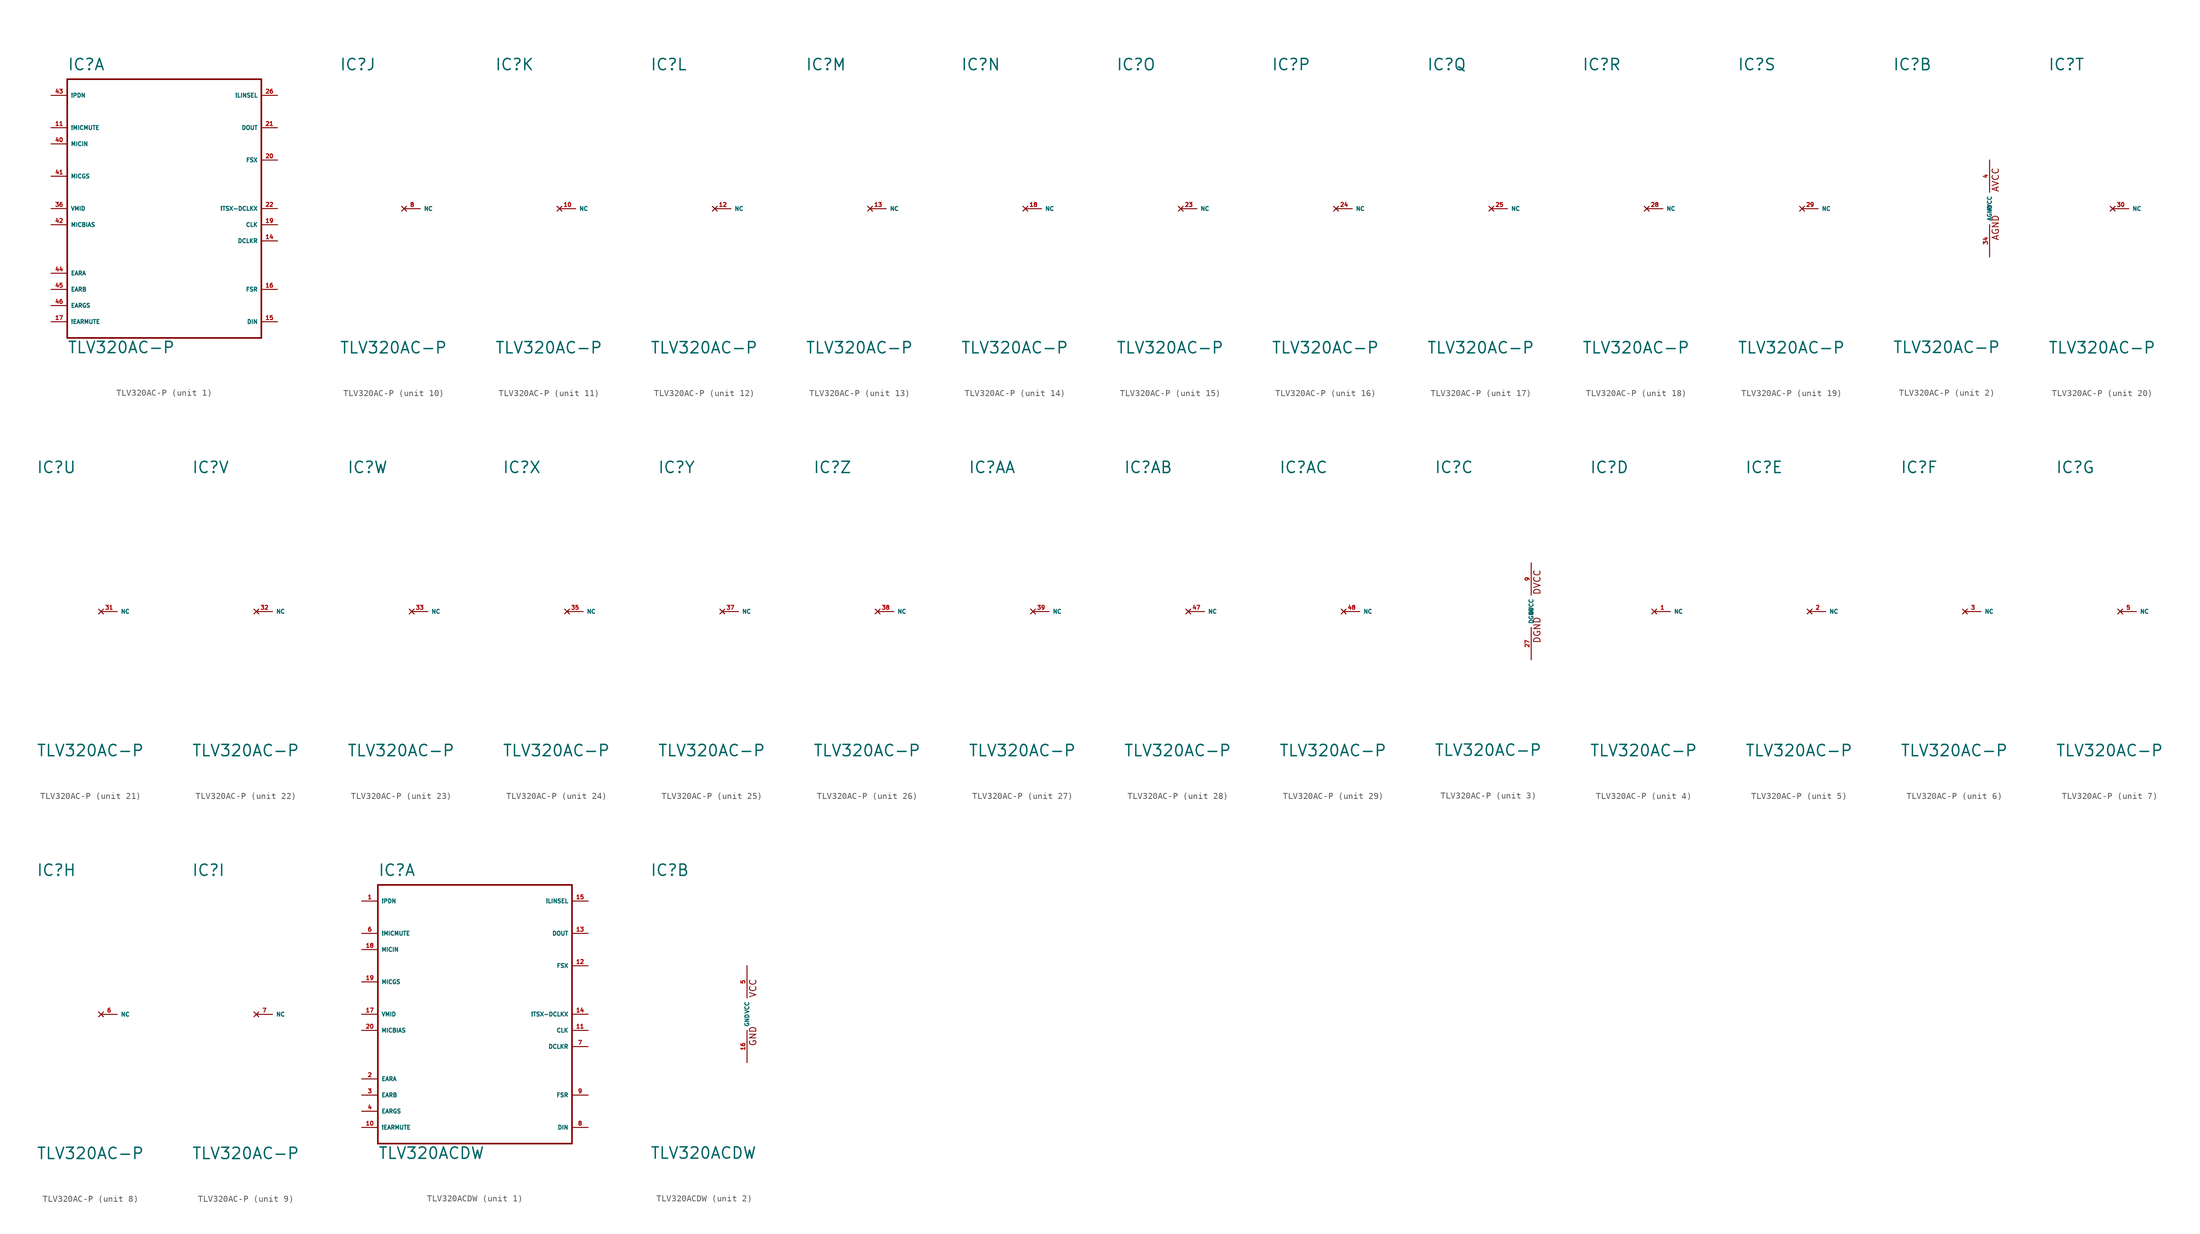
<source format=kicad_sym>
(kicad_symbol_lib
  (version 20220914)
  (generator Eagle2Kicad)
  (symbol "TLV320AC-P"
    (property "Reference" "IC"
      (at -15.24 21.59 0)
      (effects (font (size 1.778 1.778) (thickness 0.22)) (justify left bottom)))
    (property "Value" "TLV320AC-P"
      (at -15.24 -22.86 0)
      (effects (font (size 1.778 1.778) (thickness 0.22)) (justify left bottom)))
    (symbol "TLV320AC-P_1_0"
      (polyline (pts (xy -15.24 20.32) (xy 15.24 20.32)) (stroke (width 0.254) (type default)) (fill (type none)))
      (polyline (pts (xy 15.24 20.32) (xy 15.24 -20.32)) (stroke (width 0.254) (type default)) (fill (type none)))
      (polyline (pts (xy 15.24 -20.32) (xy -15.24 -20.32)) (stroke (width 0.254) (type default)) (fill (type none)))
      (polyline (pts (xy -15.24 -20.32) (xy -15.24 20.32)) (stroke (width 0.254) (type default)) (fill (type none)))
      (pin input line (at -17.78 17.78 0) (length 2.54) (name "!PDN" (effects (font (size 0.635 0.635) (thickness 0.08)) (justify left bottom))) (number "43" (effects (font (size 0.635 0.635) (thickness 0.08)) (justify left bottom))))
      (pin output line (at -17.78 -10.16 0) (length 2.54) (name "EARA" (effects (font (size 0.635 0.635) (thickness 0.08)) (justify left bottom))) (number "44" (effects (font (size 0.635 0.635) (thickness 0.08)) (justify left bottom))))
      (pin output line (at -17.78 -12.7 0) (length 2.54) (name "EARB" (effects (font (size 0.635 0.635) (thickness 0.08)) (justify left bottom))) (number "45" (effects (font (size 0.635 0.635) (thickness 0.08)) (justify left bottom))))
      (pin input line (at -17.78 -15.24 0) (length 2.54) (name "EARGS" (effects (font (size 0.635 0.635) (thickness 0.08)) (justify left bottom))) (number "46" (effects (font (size 0.635 0.635) (thickness 0.08)) (justify left bottom))))
      (pin input line (at -17.78 12.7 0) (length 2.54) (name "!MICMUTE" (effects (font (size 0.635 0.635) (thickness 0.08)) (justify left bottom))) (number "11" (effects (font (size 0.635 0.635) (thickness 0.08)) (justify left bottom))))
      (pin input line (at 17.78 -5.08 180) (length 2.54) (name "DCLKR" (effects (font (size 0.635 0.635) (thickness 0.08)) (justify left bottom))) (number "14" (effects (font (size 0.635 0.635) (thickness 0.08)) (justify left bottom))))
      (pin input line (at 17.78 -17.78 180) (length 2.54) (name "DIN" (effects (font (size 0.635 0.635) (thickness 0.08)) (justify left bottom))) (number "15" (effects (font (size 0.635 0.635) (thickness 0.08)) (justify left bottom))))
      (pin input line (at 17.78 -12.7 180) (length 2.54) (name "FSR" (effects (font (size 0.635 0.635) (thickness 0.08)) (justify left bottom))) (number "16" (effects (font (size 0.635 0.635) (thickness 0.08)) (justify left bottom))))
      (pin input line (at -17.78 -17.78 0) (length 2.54) (name "!EARMUTE" (effects (font (size 0.635 0.635) (thickness 0.08)) (justify left bottom))) (number "17" (effects (font (size 0.635 0.635) (thickness 0.08)) (justify left bottom))))
      (pin input line (at 17.78 -2.54 180) (length 2.54) (name "CLK" (effects (font (size 0.635 0.635) (thickness 0.08)) (justify left bottom))) (number "19" (effects (font (size 0.635 0.635) (thickness 0.08)) (justify left bottom))))
      (pin input line (at 17.78 7.62 180) (length 2.54) (name "FSX" (effects (font (size 0.635 0.635) (thickness 0.08)) (justify left bottom))) (number "20" (effects (font (size 0.635 0.635) (thickness 0.08)) (justify left bottom))))
      (pin output line (at 17.78 12.7 180) (length 2.54) (name "DOUT" (effects (font (size 0.635 0.635) (thickness 0.08)) (justify left bottom))) (number "21" (effects (font (size 0.635 0.635) (thickness 0.08)) (justify left bottom))))
      (pin bidirectional line (at 17.78 0 180) (length 2.54) (name "!TSX-DCLKX" (effects (font (size 0.635 0.635) (thickness 0.08)) (justify left bottom))) (number "22" (effects (font (size 0.635 0.635) (thickness 0.08)) (justify left bottom))))
      (pin input line (at 17.78 17.78 180) (length 2.54) (name "!LINSEL" (effects (font (size 0.635 0.635) (thickness 0.08)) (justify left bottom))) (number "26" (effects (font (size 0.635 0.635) (thickness 0.08)) (justify left bottom))))
      (pin output line (at -17.78 0 0) (length 2.54) (name "VMID" (effects (font (size 0.635 0.635) (thickness 0.08)) (justify left bottom))) (number "36" (effects (font (size 0.635 0.635) (thickness 0.08)) (justify left bottom))))
      (pin input line (at -17.78 10.16 0) (length 2.54) (name "MICIN" (effects (font (size 0.635 0.635) (thickness 0.08)) (justify left bottom))) (number "40" (effects (font (size 0.635 0.635) (thickness 0.08)) (justify left bottom))))
      (pin output line (at -17.78 5.08 0) (length 2.54) (name "MICGS" (effects (font (size 0.635 0.635) (thickness 0.08)) (justify left bottom))) (number "41" (effects (font (size 0.635 0.635) (thickness 0.08)) (justify left bottom))))
      (pin output line (at -17.78 -2.54 0) (length 2.54) (name "MICBIAS" (effects (font (size 0.635 0.635) (thickness 0.08)) (justify left bottom))) (number "42" (effects (font (size 0.635 0.635) (thickness 0.08)) (justify left bottom)))))
    (symbol "TLV320AC-P_2_0"
      (text "AVCC" (at 1.524 2.54 900) (effects (font (size 1.016 1.016) (thickness 0.13)) (justify left bottom)))
      (text "AGND" (at 1.524 -5.08 900) (effects (font (size 1.016 1.016) (thickness 0.13)) (justify left bottom)))
      (pin unspecified line (at 0 7.62 270) (length 5.08) (name "AVCC" (effects (font (size 0.635 0.635) (thickness 0.08)) (justify left bottom))) (number "4" (effects (font (size 0.635 0.635) (thickness 0.08)) (justify left bottom))))
      (pin unspecified line (at 0 -7.62 90) (length 5.08) (name "AGND" (effects (font (size 0.635 0.635) (thickness 0.08)) (justify left bottom))) (number "34" (effects (font (size 0.635 0.635) (thickness 0.08)) (justify left bottom)))))
    (symbol "TLV320AC-P_3_0"
      (text "DVCC" (at 1.524 2.54 900) (effects (font (size 1.016 1.016) (thickness 0.13)) (justify left bottom)))
      (text "DGND" (at 1.524 -5.08 900) (effects (font (size 1.016 1.016) (thickness 0.13)) (justify left bottom)))
      (pin unspecified line (at 0 7.62 270) (length 5.08) (name "DVCC" (effects (font (size 0.635 0.635) (thickness 0.08)) (justify left bottom))) (number "9" (effects (font (size 0.635 0.635) (thickness 0.08)) (justify left bottom))))
      (pin unspecified line (at 0 -7.62 90) (length 5.08) (name "DGND" (effects (font (size 0.635 0.635) (thickness 0.08)) (justify left bottom))) (number "27" (effects (font (size 0.635 0.635) (thickness 0.08)) (justify left bottom)))))
    (symbol "TLV320AC-P_4_0"
      (pin no_connect line (at -5.08 0 0) (length 2.54) (name "NC" (effects (font (size 0.635 0.635) (thickness 0.08)) (justify left bottom) hide)) (number "1" (effects (font (size 0.635 0.635) (thickness 0.08)) (justify left bottom) hide))))
    (symbol "TLV320AC-P_5_0"
      (pin no_connect line (at -5.08 0 0) (length 2.54) (name "NC" (effects (font (size 0.635 0.635) (thickness 0.08)) (justify left bottom) hide)) (number "2" (effects (font (size 0.635 0.635) (thickness 0.08)) (justify left bottom) hide))))
    (symbol "TLV320AC-P_6_0"
      (pin no_connect line (at -5.08 0 0) (length 2.54) (name "NC" (effects (font (size 0.635 0.635) (thickness 0.08)) (justify left bottom) hide)) (number "3" (effects (font (size 0.635 0.635) (thickness 0.08)) (justify left bottom) hide))))
    (symbol "TLV320AC-P_7_0"
      (pin no_connect line (at -5.08 0 0) (length 2.54) (name "NC" (effects (font (size 0.635 0.635) (thickness 0.08)) (justify left bottom) hide)) (number "5" (effects (font (size 0.635 0.635) (thickness 0.08)) (justify left bottom) hide))))
    (symbol "TLV320AC-P_8_0"
      (pin no_connect line (at -5.08 0 0) (length 2.54) (name "NC" (effects (font (size 0.635 0.635) (thickness 0.08)) (justify left bottom) hide)) (number "6" (effects (font (size 0.635 0.635) (thickness 0.08)) (justify left bottom) hide))))
    (symbol "TLV320AC-P_9_0"
      (pin no_connect line (at -5.08 0 0) (length 2.54) (name "NC" (effects (font (size 0.635 0.635) (thickness 0.08)) (justify left bottom) hide)) (number "7" (effects (font (size 0.635 0.635) (thickness 0.08)) (justify left bottom) hide))))
    (symbol "TLV320AC-P_10_0"
      (pin no_connect line (at -5.08 0 0) (length 2.54) (name "NC" (effects (font (size 0.635 0.635) (thickness 0.08)) (justify left bottom) hide)) (number "8" (effects (font (size 0.635 0.635) (thickness 0.08)) (justify left bottom) hide))))
    (symbol "TLV320AC-P_11_0"
      (pin no_connect line (at -5.08 0 0) (length 2.54) (name "NC" (effects (font (size 0.635 0.635) (thickness 0.08)) (justify left bottom) hide)) (number "10" (effects (font (size 0.635 0.635) (thickness 0.08)) (justify left bottom) hide))))
    (symbol "TLV320AC-P_12_0"
      (pin no_connect line (at -5.08 0 0) (length 2.54) (name "NC" (effects (font (size 0.635 0.635) (thickness 0.08)) (justify left bottom) hide)) (number "12" (effects (font (size 0.635 0.635) (thickness 0.08)) (justify left bottom) hide))))
    (symbol "TLV320AC-P_13_0"
      (pin no_connect line (at -5.08 0 0) (length 2.54) (name "NC" (effects (font (size 0.635 0.635) (thickness 0.08)) (justify left bottom) hide)) (number "13" (effects (font (size 0.635 0.635) (thickness 0.08)) (justify left bottom) hide))))
    (symbol "TLV320AC-P_14_0"
      (pin no_connect line (at -5.08 0 0) (length 2.54) (name "NC" (effects (font (size 0.635 0.635) (thickness 0.08)) (justify left bottom) hide)) (number "18" (effects (font (size 0.635 0.635) (thickness 0.08)) (justify left bottom) hide))))
    (symbol "TLV320AC-P_15_0"
      (pin no_connect line (at -5.08 0 0) (length 2.54) (name "NC" (effects (font (size 0.635 0.635) (thickness 0.08)) (justify left bottom) hide)) (number "23" (effects (font (size 0.635 0.635) (thickness 0.08)) (justify left bottom) hide))))
    (symbol "TLV320AC-P_16_0"
      (pin no_connect line (at -5.08 0 0) (length 2.54) (name "NC" (effects (font (size 0.635 0.635) (thickness 0.08)) (justify left bottom) hide)) (number "24" (effects (font (size 0.635 0.635) (thickness 0.08)) (justify left bottom) hide))))
    (symbol "TLV320AC-P_17_0"
      (pin no_connect line (at -5.08 0 0) (length 2.54) (name "NC" (effects (font (size 0.635 0.635) (thickness 0.08)) (justify left bottom) hide)) (number "25" (effects (font (size 0.635 0.635) (thickness 0.08)) (justify left bottom) hide))))
    (symbol "TLV320AC-P_18_0"
      (pin no_connect line (at -5.08 0 0) (length 2.54) (name "NC" (effects (font (size 0.635 0.635) (thickness 0.08)) (justify left bottom) hide)) (number "28" (effects (font (size 0.635 0.635) (thickness 0.08)) (justify left bottom) hide))))
    (symbol "TLV320AC-P_19_0"
      (pin no_connect line (at -5.08 0 0) (length 2.54) (name "NC" (effects (font (size 0.635 0.635) (thickness 0.08)) (justify left bottom) hide)) (number "29" (effects (font (size 0.635 0.635) (thickness 0.08)) (justify left bottom) hide))))
    (symbol "TLV320AC-P_20_0"
      (pin no_connect line (at -5.08 0 0) (length 2.54) (name "NC" (effects (font (size 0.635 0.635) (thickness 0.08)) (justify left bottom) hide)) (number "30" (effects (font (size 0.635 0.635) (thickness 0.08)) (justify left bottom) hide))))
    (symbol "TLV320AC-P_21_0"
      (pin no_connect line (at -5.08 0 0) (length 2.54) (name "NC" (effects (font (size 0.635 0.635) (thickness 0.08)) (justify left bottom) hide)) (number "31" (effects (font (size 0.635 0.635) (thickness 0.08)) (justify left bottom) hide))))
    (symbol "TLV320AC-P_22_0"
      (pin no_connect line (at -5.08 0 0) (length 2.54) (name "NC" (effects (font (size 0.635 0.635) (thickness 0.08)) (justify left bottom) hide)) (number "32" (effects (font (size 0.635 0.635) (thickness 0.08)) (justify left bottom) hide))))
    (symbol "TLV320AC-P_23_0"
      (pin no_connect line (at -5.08 0 0) (length 2.54) (name "NC" (effects (font (size 0.635 0.635) (thickness 0.08)) (justify left bottom) hide)) (number "33" (effects (font (size 0.635 0.635) (thickness 0.08)) (justify left bottom) hide))))
    (symbol "TLV320AC-P_24_0"
      (pin no_connect line (at -5.08 0 0) (length 2.54) (name "NC" (effects (font (size 0.635 0.635) (thickness 0.08)) (justify left bottom) hide)) (number "35" (effects (font (size 0.635 0.635) (thickness 0.08)) (justify left bottom) hide))))
    (symbol "TLV320AC-P_25_0"
      (pin no_connect line (at -5.08 0 0) (length 2.54) (name "NC" (effects (font (size 0.635 0.635) (thickness 0.08)) (justify left bottom) hide)) (number "37" (effects (font (size 0.635 0.635) (thickness 0.08)) (justify left bottom) hide))))
    (symbol "TLV320AC-P_26_0"
      (pin no_connect line (at -5.08 0 0) (length 2.54) (name "NC" (effects (font (size 0.635 0.635) (thickness 0.08)) (justify left bottom) hide)) (number "38" (effects (font (size 0.635 0.635) (thickness 0.08)) (justify left bottom) hide))))
    (symbol "TLV320AC-P_27_0"
      (pin no_connect line (at -5.08 0 0) (length 2.54) (name "NC" (effects (font (size 0.635 0.635) (thickness 0.08)) (justify left bottom) hide)) (number "39" (effects (font (size 0.635 0.635) (thickness 0.08)) (justify left bottom) hide))))
    (symbol "TLV320AC-P_28_0"
      (pin no_connect line (at -5.08 0 0) (length 2.54) (name "NC" (effects (font (size 0.635 0.635) (thickness 0.08)) (justify left bottom) hide)) (number "47" (effects (font (size 0.635 0.635) (thickness 0.08)) (justify left bottom) hide))))
    (symbol "TLV320AC-P_29_0"
      (pin no_connect line (at -5.08 0 0) (length 2.54) (name "NC" (effects (font (size 0.635 0.635) (thickness 0.08)) (justify left bottom) hide)) (number "48" (effects (font (size 0.635 0.635) (thickness 0.08)) (justify left bottom) hide)))))
  (symbol "TLV320ACDW"
    (property "Reference" "IC"
      (at -15.24 21.59 0)
      (effects (font (size 1.778 1.778) (thickness 0.22)) (justify left bottom)))
    (property "Value" "TLV320ACDW"
      (at -15.24 -22.86 0)
      (effects (font (size 1.778 1.778) (thickness 0.22)) (justify left bottom)))
    (symbol "TLV320ACDW_1_0"
      (polyline (pts (xy -15.24 20.32) (xy 15.24 20.32)) (stroke (width 0.254) (type default)) (fill (type none)))
      (polyline (pts (xy 15.24 20.32) (xy 15.24 -20.32)) (stroke (width 0.254) (type default)) (fill (type none)))
      (polyline (pts (xy 15.24 -20.32) (xy -15.24 -20.32)) (stroke (width 0.254) (type default)) (fill (type none)))
      (polyline (pts (xy -15.24 -20.32) (xy -15.24 20.32)) (stroke (width 0.254) (type default)) (fill (type none)))
      (pin input line (at -17.78 17.78 0) (length 2.54) (name "!PDN" (effects (font (size 0.635 0.635) (thickness 0.08)) (justify left bottom))) (number "1" (effects (font (size 0.635 0.635) (thickness 0.08)) (justify left bottom))))
      (pin output line (at -17.78 -10.16 0) (length 2.54) (name "EARA" (effects (font (size 0.635 0.635) (thickness 0.08)) (justify left bottom))) (number "2" (effects (font (size 0.635 0.635) (thickness 0.08)) (justify left bottom))))
      (pin output line (at -17.78 -12.7 0) (length 2.54) (name "EARB" (effects (font (size 0.635 0.635) (thickness 0.08)) (justify left bottom))) (number "3" (effects (font (size 0.635 0.635) (thickness 0.08)) (justify left bottom))))
      (pin input line (at -17.78 -15.24 0) (length 2.54) (name "EARGS" (effects (font (size 0.635 0.635) (thickness 0.08)) (justify left bottom))) (number "4" (effects (font (size 0.635 0.635) (thickness 0.08)) (justify left bottom))))
      (pin input line (at -17.78 12.7 0) (length 2.54) (name "!MICMUTE" (effects (font (size 0.635 0.635) (thickness 0.08)) (justify left bottom))) (number "6" (effects (font (size 0.635 0.635) (thickness 0.08)) (justify left bottom))))
      (pin input line (at 17.78 -5.08 180) (length 2.54) (name "DCLKR" (effects (font (size 0.635 0.635) (thickness 0.08)) (justify left bottom))) (number "7" (effects (font (size 0.635 0.635) (thickness 0.08)) (justify left bottom))))
      (pin input line (at 17.78 -17.78 180) (length 2.54) (name "DIN" (effects (font (size 0.635 0.635) (thickness 0.08)) (justify left bottom))) (number "8" (effects (font (size 0.635 0.635) (thickness 0.08)) (justify left bottom))))
      (pin input line (at 17.78 -12.7 180) (length 2.54) (name "FSR" (effects (font (size 0.635 0.635) (thickness 0.08)) (justify left bottom))) (number "9" (effects (font (size 0.635 0.635) (thickness 0.08)) (justify left bottom))))
      (pin input line (at -17.78 -17.78 0) (length 2.54) (name "!EARMUTE" (effects (font (size 0.635 0.635) (thickness 0.08)) (justify left bottom))) (number "10" (effects (font (size 0.635 0.635) (thickness 0.08)) (justify left bottom))))
      (pin input line (at 17.78 -2.54 180) (length 2.54) (name "CLK" (effects (font (size 0.635 0.635) (thickness 0.08)) (justify left bottom))) (number "11" (effects (font (size 0.635 0.635) (thickness 0.08)) (justify left bottom))))
      (pin input line (at 17.78 7.62 180) (length 2.54) (name "FSX" (effects (font (size 0.635 0.635) (thickness 0.08)) (justify left bottom))) (number "12" (effects (font (size 0.635 0.635) (thickness 0.08)) (justify left bottom))))
      (pin output line (at 17.78 12.7 180) (length 2.54) (name "DOUT" (effects (font (size 0.635 0.635) (thickness 0.08)) (justify left bottom))) (number "13" (effects (font (size 0.635 0.635) (thickness 0.08)) (justify left bottom))))
      (pin bidirectional line (at 17.78 0 180) (length 2.54) (name "!TSX-DCLKX" (effects (font (size 0.635 0.635) (thickness 0.08)) (justify left bottom))) (number "14" (effects (font (size 0.635 0.635) (thickness 0.08)) (justify left bottom))))
      (pin input line (at 17.78 17.78 180) (length 2.54) (name "!LINSEL" (effects (font (size 0.635 0.635) (thickness 0.08)) (justify left bottom))) (number "15" (effects (font (size 0.635 0.635) (thickness 0.08)) (justify left bottom))))
      (pin output line (at -17.78 0 0) (length 2.54) (name "VMID" (effects (font (size 0.635 0.635) (thickness 0.08)) (justify left bottom))) (number "17" (effects (font (size 0.635 0.635) (thickness 0.08)) (justify left bottom))))
      (pin input line (at -17.78 10.16 0) (length 2.54) (name "MICIN" (effects (font (size 0.635 0.635) (thickness 0.08)) (justify left bottom))) (number "18" (effects (font (size 0.635 0.635) (thickness 0.08)) (justify left bottom))))
      (pin output line (at -17.78 5.08 0) (length 2.54) (name "MICGS" (effects (font (size 0.635 0.635) (thickness 0.08)) (justify left bottom))) (number "19" (effects (font (size 0.635 0.635) (thickness 0.08)) (justify left bottom))))
      (pin output line (at -17.78 -2.54 0) (length 2.54) (name "MICBIAS" (effects (font (size 0.635 0.635) (thickness 0.08)) (justify left bottom))) (number "20" (effects (font (size 0.635 0.635) (thickness 0.08)) (justify left bottom)))))
    (symbol "TLV320ACDW_2_0"
      (text "GND" (at 1.524 -5.08 900) (effects (font (size 1.016 1.016) (thickness 0.13)) (justify left bottom)))
      (text "VCC" (at 1.524 2.54 900) (effects (font (size 1.016 1.016) (thickness 0.13)) (justify left bottom)))
      (pin unspecified line (at 0 7.62 270) (length 5.08) (name "VCC" (effects (font (size 0.635 0.635) (thickness 0.08)) (justify left bottom))) (number "5" (effects (font (size 0.635 0.635) (thickness 0.08)) (justify left bottom))))
      (pin unspecified line (at 0 -7.62 90) (length 5.08) (name "GND" (effects (font (size 0.635 0.635) (thickness 0.08)) (justify left bottom))) (number "16" (effects (font (size 0.635 0.635) (thickness 0.08)) (justify left bottom)))))))
</source>
